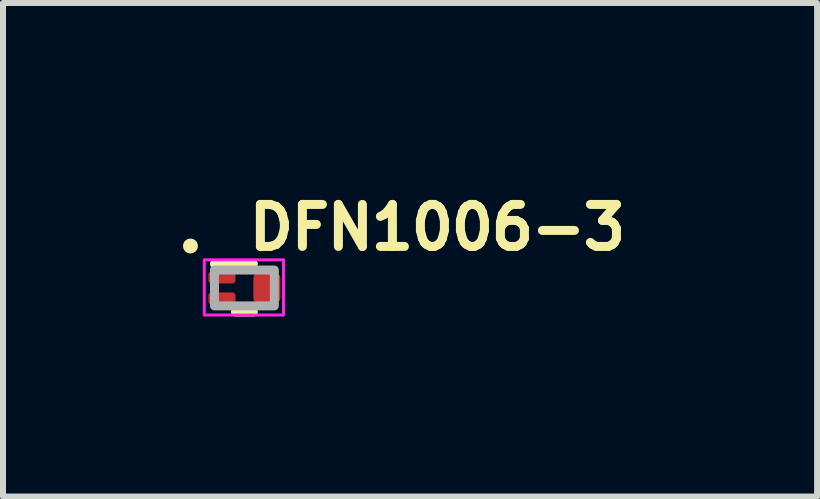
<source format=kicad_pcb>
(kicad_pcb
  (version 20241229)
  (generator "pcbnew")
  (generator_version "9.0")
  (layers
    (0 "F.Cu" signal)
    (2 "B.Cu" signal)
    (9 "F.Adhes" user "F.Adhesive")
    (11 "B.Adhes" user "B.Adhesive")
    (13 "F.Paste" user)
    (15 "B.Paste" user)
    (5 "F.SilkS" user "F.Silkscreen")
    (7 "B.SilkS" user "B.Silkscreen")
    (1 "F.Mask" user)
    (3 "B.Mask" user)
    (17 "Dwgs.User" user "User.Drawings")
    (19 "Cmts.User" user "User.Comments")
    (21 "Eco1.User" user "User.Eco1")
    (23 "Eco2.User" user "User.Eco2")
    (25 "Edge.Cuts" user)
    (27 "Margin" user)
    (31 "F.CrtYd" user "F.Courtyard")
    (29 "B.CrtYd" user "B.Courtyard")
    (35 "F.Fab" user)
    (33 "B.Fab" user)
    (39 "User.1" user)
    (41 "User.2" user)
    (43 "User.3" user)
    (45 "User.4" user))
  (footprint "DFN1006-3"
    (layer "F.Cu")
    (at 1.024 1.75)
    (property "Reference" "DFN1006-3" (at 0 -0.6 0) (unlocked yes) (layer "F.SilkS") (effects (font (size 0.7 0.7) (thickness 0.15)) (justify left bottom)))
    (attr smd)
    (fp_line (start -0.5 -0.402) (end 0.148 -0.402) (stroke (width 0.15) (type solid)) (layer "F.SilkS"))
    (fp_line (start -0.15 0.4) (end 0.148 0.4) (stroke (width 0.15) (type solid)) (layer "F.SilkS"))
    (fp_circle (center -0.9 -0.7) (end -0.851 -0.7) (stroke (width 0.15) (type solid)) (fill yes) (layer "F.SilkS"))
    (fp_rect (start -0.67 -0.47) (end 0.65 0.45) (stroke (width 0.05) (type solid)) (fill no) (layer "F.CrtYd"))
    (fp_rect (start -0.5 -0.3) (end 0.498 0.298) (stroke (width 0.15) (type solid)) (fill no) (layer "F.Fab"))
    (fp_rect (start -0.493 -0.293) (end 0.491 0.291) (stroke (width 0.1) (type solid)) (fill no) (layer "User.5"))
    (fp_line (start -0.493 -0.293) (end -0.493 0.291) (stroke (width 0.02) (type solid)) (layer "User.9"))
    (fp_line (start -0.493 0.291) (end 0.491 0.291) (stroke (width 0.02) (type solid)) (layer "User.9"))
    (fp_line (start 0.491 -0.293) (end -0.493 -0.293) (stroke (width 0.02) (type solid)) (layer "User.9"))
    (fp_line (start 0.491 0.291) (end 0.491 -0.293) (stroke (width 0.02) (type solid)) (layer "User.9"))
    (pad "1" smd roundrect (at -0.375 -0.176) (size 0.45 0.2) (layers "F.Cu" "F.Mask" "F.Paste") (roundrect_rratio 0.25))
    (pad "2" smd roundrect (at -0.375 0.174) (size 0.45 0.2) (layers "F.Cu" "F.Mask" "F.Paste") (roundrect_rratio 0.25))
    (pad "3" smd roundrect (at 0.373 0) (size 0.45 0.55) (layers "F.Cu" "F.Mask" "F.Paste") (roundrect_rratio 0.25)))
  (gr_rect
    (start -3 -3)
    (end 10.567 5.225)
    (stroke (width 0.1) (type default))
    (fill no)
    (layer "Edge.Cuts")))
</source>
